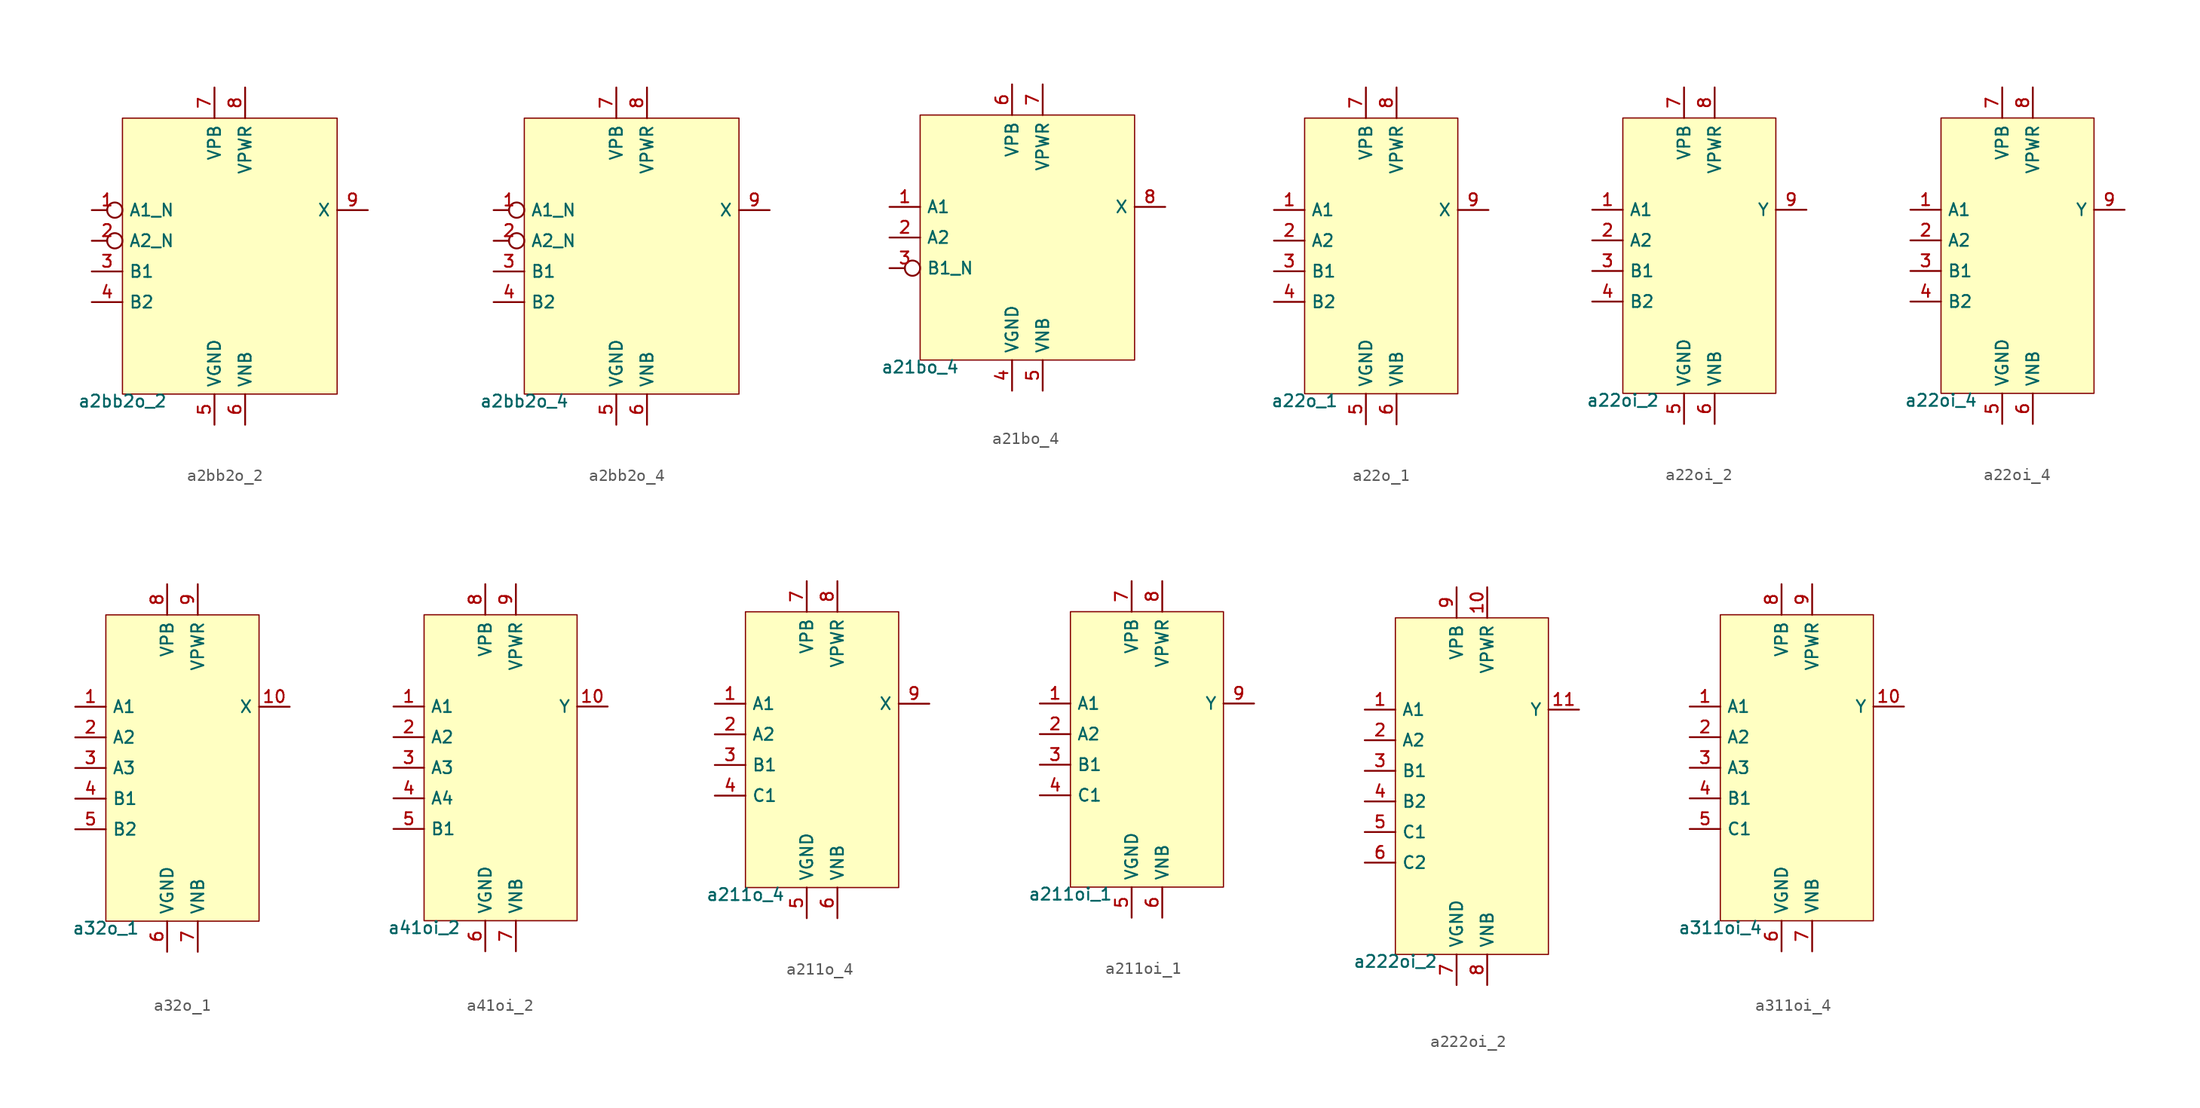
<source format=kicad_sym>
(kicad_symbol_lib
  (version 20211014)
  (generator pdk2kicad)
  (symbol "a2bb2o_2"
    (property "Reference" "X"
      (at 0 0 0)
      (effects (font (size 1 1)) hide))
    (property "Value" "a2bb2o_2"
      (at -8.89 -11.43 0)
      (effects (font (size 1 1)) (justify top)))
    (rectangle
      (start -8.89 -11.43)
      (end 8.89 11.43)
      (stroke (width 0.1) (type solid) (color 0 0 0 0))
      (fill (type background)))
    (pin input inverted
      (at -11.43 3.81 0)
      (length 2.54)
      (name "A1_N" (effects (font (size 1 1)) hide))
      (number "1" (effects (font (size 1 1)) hide)))
    (pin input inverted
      (at -11.43 1.27 0)
      (length 2.54)
      (name "A2_N" (effects (font (size 1 1)) hide))
      (number "2" (effects (font (size 1 1)) hide)))
    (pin input line
      (at -11.43 -1.27 0)
      (length 2.54)
      (name "B1" (effects (font (size 1 1)) hide))
      (number "3" (effects (font (size 1 1)) hide)))
    (pin input line
      (at -11.43 -3.81 0)
      (length 2.54)
      (name "B2" (effects (font (size 1 1)) hide))
      (number "4" (effects (font (size 1 1)) hide)))
    (pin power_in line
      (at -1.27 -13.97 90)
      (length 2.54)
      (name "VGND" (effects (font (size 1 1)) hide))
      (number "5" (effects (font (size 1 1)) hide)))
    (pin power_in line
      (at 1.27 -13.97 90)
      (length 2.54)
      (name "VNB" (effects (font (size 1 1)) hide))
      (number "6" (effects (font (size 1 1)) hide)))
    (pin power_in line
      (at -1.27 13.97 270)
      (length 2.54)
      (name "VPB" (effects (font (size 1 1)) hide))
      (number "7" (effects (font (size 1 1)) hide)))
    (pin power_in line
      (at 1.27 13.97 270)
      (length 2.54)
      (name "VPWR" (effects (font (size 1 1)) hide))
      (number "8" (effects (font (size 1 1)) hide)))
    (pin output line
      (at 11.43 3.81 180)
      (length 2.54)
      (name "X" (effects (font (size 1 1)) hide))
      (number "9" (effects (font (size 1 1)) hide))))
  (symbol "a2bb2o_4"
    (property "Reference" "X"
      (at 0 0 0)
      (effects (font (size 1 1)) hide))
    (property "Value" "a2bb2o_4"
      (at -8.89 -11.43 0)
      (effects (font (size 1 1)) (justify top)))
    (rectangle
      (start -8.89 -11.43)
      (end 8.89 11.43)
      (stroke (width 0.1) (type solid) (color 0 0 0 0))
      (fill (type background)))
    (pin input inverted
      (at -11.43 3.81 0)
      (length 2.54)
      (name "A1_N" (effects (font (size 1 1)) hide))
      (number "1" (effects (font (size 1 1)) hide)))
    (pin input inverted
      (at -11.43 1.27 0)
      (length 2.54)
      (name "A2_N" (effects (font (size 1 1)) hide))
      (number "2" (effects (font (size 1 1)) hide)))
    (pin input line
      (at -11.43 -1.27 0)
      (length 2.54)
      (name "B1" (effects (font (size 1 1)) hide))
      (number "3" (effects (font (size 1 1)) hide)))
    (pin input line
      (at -11.43 -3.81 0)
      (length 2.54)
      (name "B2" (effects (font (size 1 1)) hide))
      (number "4" (effects (font (size 1 1)) hide)))
    (pin power_in line
      (at -1.27 -13.97 90)
      (length 2.54)
      (name "VGND" (effects (font (size 1 1)) hide))
      (number "5" (effects (font (size 1 1)) hide)))
    (pin power_in line
      (at 1.27 -13.97 90)
      (length 2.54)
      (name "VNB" (effects (font (size 1 1)) hide))
      (number "6" (effects (font (size 1 1)) hide)))
    (pin power_in line
      (at -1.27 13.97 270)
      (length 2.54)
      (name "VPB" (effects (font (size 1 1)) hide))
      (number "7" (effects (font (size 1 1)) hide)))
    (pin power_in line
      (at 1.27 13.97 270)
      (length 2.54)
      (name "VPWR" (effects (font (size 1 1)) hide))
      (number "8" (effects (font (size 1 1)) hide)))
    (pin output line
      (at 11.43 3.81 180)
      (length 2.54)
      (name "X" (effects (font (size 1 1)) hide))
      (number "9" (effects (font (size 1 1)) hide))))
  (symbol "a21bo_4"
    (property "Reference" "X"
      (at 0 0 0)
      (effects (font (size 1 1)) hide))
    (property "Value" "a21bo_4"
      (at -8.89 -10.16 0)
      (effects (font (size 1 1)) (justify top)))
    (rectangle
      (start -8.89 -10.16)
      (end 8.89 10.16)
      (stroke (width 0.1) (type solid) (color 0 0 0 0))
      (fill (type background)))
    (pin input line
      (at -11.43 2.54 0)
      (length 2.54)
      (name "A1" (effects (font (size 1 1)) hide))
      (number "1" (effects (font (size 1 1)) hide)))
    (pin input line
      (at -11.43 0.0 0)
      (length 2.54)
      (name "A2" (effects (font (size 1 1)) hide))
      (number "2" (effects (font (size 1 1)) hide)))
    (pin input inverted
      (at -11.43 -2.54 0)
      (length 2.54)
      (name "B1_N" (effects (font (size 1 1)) hide))
      (number "3" (effects (font (size 1 1)) hide)))
    (pin power_in line
      (at -1.27 -12.7 90)
      (length 2.54)
      (name "VGND" (effects (font (size 1 1)) hide))
      (number "4" (effects (font (size 1 1)) hide)))
    (pin power_in line
      (at 1.27 -12.7 90)
      (length 2.54)
      (name "VNB" (effects (font (size 1 1)) hide))
      (number "5" (effects (font (size 1 1)) hide)))
    (pin power_in line
      (at -1.27 12.7 270)
      (length 2.54)
      (name "VPB" (effects (font (size 1 1)) hide))
      (number "6" (effects (font (size 1 1)) hide)))
    (pin power_in line
      (at 1.27 12.7 270)
      (length 2.54)
      (name "VPWR" (effects (font (size 1 1)) hide))
      (number "7" (effects (font (size 1 1)) hide)))
    (pin output line
      (at 11.43 2.54 180)
      (length 2.54)
      (name "X" (effects (font (size 1 1)) hide))
      (number "8" (effects (font (size 1 1)) hide))))
  (symbol "a22o_1"
    (property "Reference" "X"
      (at 0 0 0)
      (effects (font (size 1 1)) hide))
    (property "Value" "a22o_1"
      (at -6.35 -11.43 0)
      (effects (font (size 1 1)) (justify top)))
    (rectangle
      (start -6.35 -11.43)
      (end 6.35 11.43)
      (stroke (width 0.1) (type solid) (color 0 0 0 0))
      (fill (type background)))
    (pin input line
      (at -8.89 3.81 0)
      (length 2.54)
      (name "A1" (effects (font (size 1 1)) hide))
      (number "1" (effects (font (size 1 1)) hide)))
    (pin input line
      (at -8.89 1.27 0)
      (length 2.54)
      (name "A2" (effects (font (size 1 1)) hide))
      (number "2" (effects (font (size 1 1)) hide)))
    (pin input line
      (at -8.89 -1.27 0)
      (length 2.54)
      (name "B1" (effects (font (size 1 1)) hide))
      (number "3" (effects (font (size 1 1)) hide)))
    (pin input line
      (at -8.89 -3.81 0)
      (length 2.54)
      (name "B2" (effects (font (size 1 1)) hide))
      (number "4" (effects (font (size 1 1)) hide)))
    (pin power_in line
      (at -1.27 -13.97 90)
      (length 2.54)
      (name "VGND" (effects (font (size 1 1)) hide))
      (number "5" (effects (font (size 1 1)) hide)))
    (pin power_in line
      (at 1.27 -13.97 90)
      (length 2.54)
      (name "VNB" (effects (font (size 1 1)) hide))
      (number "6" (effects (font (size 1 1)) hide)))
    (pin power_in line
      (at -1.27 13.97 270)
      (length 2.54)
      (name "VPB" (effects (font (size 1 1)) hide))
      (number "7" (effects (font (size 1 1)) hide)))
    (pin power_in line
      (at 1.27 13.97 270)
      (length 2.54)
      (name "VPWR" (effects (font (size 1 1)) hide))
      (number "8" (effects (font (size 1 1)) hide)))
    (pin output line
      (at 8.89 3.81 180)
      (length 2.54)
      (name "X" (effects (font (size 1 1)) hide))
      (number "9" (effects (font (size 1 1)) hide))))
  (symbol "a22oi_2"
    (property "Reference" "X"
      (at 0 0 0)
      (effects (font (size 1 1)) hide))
    (property "Value" "a22oi_2"
      (at -6.35 -11.43 0)
      (effects (font (size 1 1)) (justify top)))
    (rectangle
      (start -6.35 -11.43)
      (end 6.35 11.43)
      (stroke (width 0.1) (type solid) (color 0 0 0 0))
      (fill (type background)))
    (pin input line
      (at -8.89 3.81 0)
      (length 2.54)
      (name "A1" (effects (font (size 1 1)) hide))
      (number "1" (effects (font (size 1 1)) hide)))
    (pin input line
      (at -8.89 1.27 0)
      (length 2.54)
      (name "A2" (effects (font (size 1 1)) hide))
      (number "2" (effects (font (size 1 1)) hide)))
    (pin input line
      (at -8.89 -1.27 0)
      (length 2.54)
      (name "B1" (effects (font (size 1 1)) hide))
      (number "3" (effects (font (size 1 1)) hide)))
    (pin input line
      (at -8.89 -3.81 0)
      (length 2.54)
      (name "B2" (effects (font (size 1 1)) hide))
      (number "4" (effects (font (size 1 1)) hide)))
    (pin power_in line
      (at -1.27 -13.97 90)
      (length 2.54)
      (name "VGND" (effects (font (size 1 1)) hide))
      (number "5" (effects (font (size 1 1)) hide)))
    (pin power_in line
      (at 1.27 -13.97 90)
      (length 2.54)
      (name "VNB" (effects (font (size 1 1)) hide))
      (number "6" (effects (font (size 1 1)) hide)))
    (pin power_in line
      (at -1.27 13.97 270)
      (length 2.54)
      (name "VPB" (effects (font (size 1 1)) hide))
      (number "7" (effects (font (size 1 1)) hide)))
    (pin power_in line
      (at 1.27 13.97 270)
      (length 2.54)
      (name "VPWR" (effects (font (size 1 1)) hide))
      (number "8" (effects (font (size 1 1)) hide)))
    (pin output line
      (at 8.89 3.81 180)
      (length 2.54)
      (name "Y" (effects (font (size 1 1)) hide))
      (number "9" (effects (font (size 1 1)) hide))))
  (symbol "a22oi_4"
    (property "Reference" "X"
      (at 0 0 0)
      (effects (font (size 1 1)) hide))
    (property "Value" "a22oi_4"
      (at -6.35 -11.43 0)
      (effects (font (size 1 1)) (justify top)))
    (rectangle
      (start -6.35 -11.43)
      (end 6.35 11.43)
      (stroke (width 0.1) (type solid) (color 0 0 0 0))
      (fill (type background)))
    (pin input line
      (at -8.89 3.81 0)
      (length 2.54)
      (name "A1" (effects (font (size 1 1)) hide))
      (number "1" (effects (font (size 1 1)) hide)))
    (pin input line
      (at -8.89 1.27 0)
      (length 2.54)
      (name "A2" (effects (font (size 1 1)) hide))
      (number "2" (effects (font (size 1 1)) hide)))
    (pin input line
      (at -8.89 -1.27 0)
      (length 2.54)
      (name "B1" (effects (font (size 1 1)) hide))
      (number "3" (effects (font (size 1 1)) hide)))
    (pin input line
      (at -8.89 -3.81 0)
      (length 2.54)
      (name "B2" (effects (font (size 1 1)) hide))
      (number "4" (effects (font (size 1 1)) hide)))
    (pin power_in line
      (at -1.27 -13.97 90)
      (length 2.54)
      (name "VGND" (effects (font (size 1 1)) hide))
      (number "5" (effects (font (size 1 1)) hide)))
    (pin power_in line
      (at 1.27 -13.97 90)
      (length 2.54)
      (name "VNB" (effects (font (size 1 1)) hide))
      (number "6" (effects (font (size 1 1)) hide)))
    (pin power_in line
      (at -1.27 13.97 270)
      (length 2.54)
      (name "VPB" (effects (font (size 1 1)) hide))
      (number "7" (effects (font (size 1 1)) hide)))
    (pin power_in line
      (at 1.27 13.97 270)
      (length 2.54)
      (name "VPWR" (effects (font (size 1 1)) hide))
      (number "8" (effects (font (size 1 1)) hide)))
    (pin output line
      (at 8.89 3.81 180)
      (length 2.54)
      (name "Y" (effects (font (size 1 1)) hide))
      (number "9" (effects (font (size 1 1)) hide))))
  (symbol "a32o_1"
    (property "Reference" "X"
      (at 0 0 0)
      (effects (font (size 1 1)) hide))
    (property "Value" "a32o_1"
      (at -6.35 -12.7 0)
      (effects (font (size 1 1)) (justify top)))
    (rectangle
      (start -6.35 -12.7)
      (end 6.35 12.7)
      (stroke (width 0.1) (type solid) (color 0 0 0 0))
      (fill (type background)))
    (pin input line
      (at -8.89 5.08 0)
      (length 2.54)
      (name "A1" (effects (font (size 1 1)) hide))
      (number "1" (effects (font (size 1 1)) hide)))
    (pin input line
      (at -8.89 2.54 0)
      (length 2.54)
      (name "A2" (effects (font (size 1 1)) hide))
      (number "2" (effects (font (size 1 1)) hide)))
    (pin input line
      (at -8.89 -8.881784197001252e-16 0)
      (length 2.54)
      (name "A3" (effects (font (size 1 1)) hide))
      (number "3" (effects (font (size 1 1)) hide)))
    (pin input line
      (at -8.89 -2.54 0)
      (length 2.54)
      (name "B1" (effects (font (size 1 1)) hide))
      (number "4" (effects (font (size 1 1)) hide)))
    (pin input line
      (at -8.89 -5.08 0)
      (length 2.54)
      (name "B2" (effects (font (size 1 1)) hide))
      (number "5" (effects (font (size 1 1)) hide)))
    (pin power_in line
      (at -1.27 -15.24 90)
      (length 2.54)
      (name "VGND" (effects (font (size 1 1)) hide))
      (number "6" (effects (font (size 1 1)) hide)))
    (pin power_in line
      (at 1.27 -15.24 90)
      (length 2.54)
      (name "VNB" (effects (font (size 1 1)) hide))
      (number "7" (effects (font (size 1 1)) hide)))
    (pin power_in line
      (at -1.27 15.24 270)
      (length 2.54)
      (name "VPB" (effects (font (size 1 1)) hide))
      (number "8" (effects (font (size 1 1)) hide)))
    (pin power_in line
      (at 1.27 15.24 270)
      (length 2.54)
      (name "VPWR" (effects (font (size 1 1)) hide))
      (number "9" (effects (font (size 1 1)) hide)))
    (pin output line
      (at 8.89 5.08 180)
      (length 2.54)
      (name "X" (effects (font (size 1 1)) hide))
      (number "10" (effects (font (size 1 1)) hide))))
  (symbol "a41oi_2"
    (property "Reference" "X"
      (at 0 0 0)
      (effects (font (size 1 1)) hide))
    (property "Value" "a41oi_2"
      (at -6.35 -12.7 0)
      (effects (font (size 1 1)) (justify top)))
    (rectangle
      (start -6.35 -12.7)
      (end 6.35 12.7)
      (stroke (width 0.1) (type solid) (color 0 0 0 0))
      (fill (type background)))
    (pin input line
      (at -8.89 5.08 0)
      (length 2.54)
      (name "A1" (effects (font (size 1 1)) hide))
      (number "1" (effects (font (size 1 1)) hide)))
    (pin input line
      (at -8.89 2.54 0)
      (length 2.54)
      (name "A2" (effects (font (size 1 1)) hide))
      (number "2" (effects (font (size 1 1)) hide)))
    (pin input line
      (at -8.89 -8.881784197001252e-16 0)
      (length 2.54)
      (name "A3" (effects (font (size 1 1)) hide))
      (number "3" (effects (font (size 1 1)) hide)))
    (pin input line
      (at -8.89 -2.54 0)
      (length 2.54)
      (name "A4" (effects (font (size 1 1)) hide))
      (number "4" (effects (font (size 1 1)) hide)))
    (pin input line
      (at -8.89 -5.08 0)
      (length 2.54)
      (name "B1" (effects (font (size 1 1)) hide))
      (number "5" (effects (font (size 1 1)) hide)))
    (pin power_in line
      (at -1.27 -15.24 90)
      (length 2.54)
      (name "VGND" (effects (font (size 1 1)) hide))
      (number "6" (effects (font (size 1 1)) hide)))
    (pin power_in line
      (at 1.27 -15.24 90)
      (length 2.54)
      (name "VNB" (effects (font (size 1 1)) hide))
      (number "7" (effects (font (size 1 1)) hide)))
    (pin power_in line
      (at -1.27 15.24 270)
      (length 2.54)
      (name "VPB" (effects (font (size 1 1)) hide))
      (number "8" (effects (font (size 1 1)) hide)))
    (pin power_in line
      (at 1.27 15.24 270)
      (length 2.54)
      (name "VPWR" (effects (font (size 1 1)) hide))
      (number "9" (effects (font (size 1 1)) hide)))
    (pin output line
      (at 8.89 5.08 180)
      (length 2.54)
      (name "Y" (effects (font (size 1 1)) hide))
      (number "10" (effects (font (size 1 1)) hide))))
  (symbol "a211o_4"
    (property "Reference" "X"
      (at 0 0 0)
      (effects (font (size 1 1)) hide))
    (property "Value" "a211o_4"
      (at -6.35 -11.43 0)
      (effects (font (size 1 1)) (justify top)))
    (rectangle
      (start -6.35 -11.43)
      (end 6.35 11.43)
      (stroke (width 0.1) (type solid) (color 0 0 0 0))
      (fill (type background)))
    (pin input line
      (at -8.89 3.81 0)
      (length 2.54)
      (name "A1" (effects (font (size 1 1)) hide))
      (number "1" (effects (font (size 1 1)) hide)))
    (pin input line
      (at -8.89 1.27 0)
      (length 2.54)
      (name "A2" (effects (font (size 1 1)) hide))
      (number "2" (effects (font (size 1 1)) hide)))
    (pin input line
      (at -8.89 -1.27 0)
      (length 2.54)
      (name "B1" (effects (font (size 1 1)) hide))
      (number "3" (effects (font (size 1 1)) hide)))
    (pin input line
      (at -8.89 -3.81 0)
      (length 2.54)
      (name "C1" (effects (font (size 1 1)) hide))
      (number "4" (effects (font (size 1 1)) hide)))
    (pin power_in line
      (at -1.27 -13.97 90)
      (length 2.54)
      (name "VGND" (effects (font (size 1 1)) hide))
      (number "5" (effects (font (size 1 1)) hide)))
    (pin power_in line
      (at 1.27 -13.97 90)
      (length 2.54)
      (name "VNB" (effects (font (size 1 1)) hide))
      (number "6" (effects (font (size 1 1)) hide)))
    (pin power_in line
      (at -1.27 13.97 270)
      (length 2.54)
      (name "VPB" (effects (font (size 1 1)) hide))
      (number "7" (effects (font (size 1 1)) hide)))
    (pin power_in line
      (at 1.27 13.97 270)
      (length 2.54)
      (name "VPWR" (effects (font (size 1 1)) hide))
      (number "8" (effects (font (size 1 1)) hide)))
    (pin output line
      (at 8.89 3.81 180)
      (length 2.54)
      (name "X" (effects (font (size 1 1)) hide))
      (number "9" (effects (font (size 1 1)) hide))))
  (symbol "a211oi_1"
    (property "Reference" "X"
      (at 0 0 0)
      (effects (font (size 1 1)) hide))
    (property "Value" "a211oi_1"
      (at -6.35 -11.43 0)
      (effects (font (size 1 1)) (justify top)))
    (rectangle
      (start -6.35 -11.43)
      (end 6.35 11.43)
      (stroke (width 0.1) (type solid) (color 0 0 0 0))
      (fill (type background)))
    (pin input line
      (at -8.89 3.81 0)
      (length 2.54)
      (name "A1" (effects (font (size 1 1)) hide))
      (number "1" (effects (font (size 1 1)) hide)))
    (pin input line
      (at -8.89 1.27 0)
      (length 2.54)
      (name "A2" (effects (font (size 1 1)) hide))
      (number "2" (effects (font (size 1 1)) hide)))
    (pin input line
      (at -8.89 -1.27 0)
      (length 2.54)
      (name "B1" (effects (font (size 1 1)) hide))
      (number "3" (effects (font (size 1 1)) hide)))
    (pin input line
      (at -8.89 -3.81 0)
      (length 2.54)
      (name "C1" (effects (font (size 1 1)) hide))
      (number "4" (effects (font (size 1 1)) hide)))
    (pin power_in line
      (at -1.27 -13.97 90)
      (length 2.54)
      (name "VGND" (effects (font (size 1 1)) hide))
      (number "5" (effects (font (size 1 1)) hide)))
    (pin power_in line
      (at 1.27 -13.97 90)
      (length 2.54)
      (name "VNB" (effects (font (size 1 1)) hide))
      (number "6" (effects (font (size 1 1)) hide)))
    (pin power_in line
      (at -1.27 13.97 270)
      (length 2.54)
      (name "VPB" (effects (font (size 1 1)) hide))
      (number "7" (effects (font (size 1 1)) hide)))
    (pin power_in line
      (at 1.27 13.97 270)
      (length 2.54)
      (name "VPWR" (effects (font (size 1 1)) hide))
      (number "8" (effects (font (size 1 1)) hide)))
    (pin output line
      (at 8.89 3.81 180)
      (length 2.54)
      (name "Y" (effects (font (size 1 1)) hide))
      (number "9" (effects (font (size 1 1)) hide))))
  (symbol "a222oi_2"
    (property "Reference" "X"
      (at 0 0 0)
      (effects (font (size 1 1)) hide))
    (property "Value" "a222oi_2"
      (at -6.35 -13.97 0)
      (effects (font (size 1 1)) (justify top)))
    (rectangle
      (start -6.35 -13.97)
      (end 6.35 13.97)
      (stroke (width 0.1) (type solid) (color 0 0 0 0))
      (fill (type background)))
    (pin input line
      (at -8.89 6.35 0)
      (length 2.54)
      (name "A1" (effects (font (size 1 1)) hide))
      (number "1" (effects (font (size 1 1)) hide)))
    (pin input line
      (at -8.89 3.81 0)
      (length 2.54)
      (name "A2" (effects (font (size 1 1)) hide))
      (number "2" (effects (font (size 1 1)) hide)))
    (pin input line
      (at -8.89 1.27 0)
      (length 2.54)
      (name "B1" (effects (font (size 1 1)) hide))
      (number "3" (effects (font (size 1 1)) hide)))
    (pin input line
      (at -8.89 -1.27 0)
      (length 2.54)
      (name "B2" (effects (font (size 1 1)) hide))
      (number "4" (effects (font (size 1 1)) hide)))
    (pin input line
      (at -8.89 -3.81 0)
      (length 2.54)
      (name "C1" (effects (font (size 1 1)) hide))
      (number "5" (effects (font (size 1 1)) hide)))
    (pin input line
      (at -8.89 -6.35 0)
      (length 2.54)
      (name "C2" (effects (font (size 1 1)) hide))
      (number "6" (effects (font (size 1 1)) hide)))
    (pin power_in line
      (at -1.27 -16.51 90)
      (length 2.54)
      (name "VGND" (effects (font (size 1 1)) hide))
      (number "7" (effects (font (size 1 1)) hide)))
    (pin power_in line
      (at 1.27 -16.51 90)
      (length 2.54)
      (name "VNB" (effects (font (size 1 1)) hide))
      (number "8" (effects (font (size 1 1)) hide)))
    (pin power_in line
      (at -1.27 16.51 270)
      (length 2.54)
      (name "VPB" (effects (font (size 1 1)) hide))
      (number "9" (effects (font (size 1 1)) hide)))
    (pin power_in line
      (at 1.27 16.51 270)
      (length 2.54)
      (name "VPWR" (effects (font (size 1 1)) hide))
      (number "10" (effects (font (size 1 1)) hide)))
    (pin output line
      (at 8.89 6.35 180)
      (length 2.54)
      (name "Y" (effects (font (size 1 1)) hide))
      (number "11" (effects (font (size 1 1)) hide))))
  (symbol "a311oi_4"
    (property "Reference" "X"
      (at 0 0 0)
      (effects (font (size 1 1)) hide))
    (property "Value" "a311oi_4"
      (at -6.35 -12.7 0)
      (effects (font (size 1 1)) (justify top)))
    (rectangle
      (start -6.35 -12.7)
      (end 6.35 12.7)
      (stroke (width 0.1) (type solid) (color 0 0 0 0))
      (fill (type background)))
    (pin input line
      (at -8.89 5.08 0)
      (length 2.54)
      (name "A1" (effects (font (size 1 1)) hide))
      (number "1" (effects (font (size 1 1)) hide)))
    (pin input line
      (at -8.89 2.54 0)
      (length 2.54)
      (name "A2" (effects (font (size 1 1)) hide))
      (number "2" (effects (font (size 1 1)) hide)))
    (pin input line
      (at -8.89 -8.881784197001252e-16 0)
      (length 2.54)
      (name "A3" (effects (font (size 1 1)) hide))
      (number "3" (effects (font (size 1 1)) hide)))
    (pin input line
      (at -8.89 -2.54 0)
      (length 2.54)
      (name "B1" (effects (font (size 1 1)) hide))
      (number "4" (effects (font (size 1 1)) hide)))
    (pin input line
      (at -8.89 -5.08 0)
      (length 2.54)
      (name "C1" (effects (font (size 1 1)) hide))
      (number "5" (effects (font (size 1 1)) hide)))
    (pin power_in line
      (at -1.27 -15.24 90)
      (length 2.54)
      (name "VGND" (effects (font (size 1 1)) hide))
      (number "6" (effects (font (size 1 1)) hide)))
    (pin power_in line
      (at 1.27 -15.24 90)
      (length 2.54)
      (name "VNB" (effects (font (size 1 1)) hide))
      (number "7" (effects (font (size 1 1)) hide)))
    (pin power_in line
      (at -1.27 15.24 270)
      (length 2.54)
      (name "VPB" (effects (font (size 1 1)) hide))
      (number "8" (effects (font (size 1 1)) hide)))
    (pin power_in line
      (at 1.27 15.24 270)
      (length 2.54)
      (name "VPWR" (effects (font (size 1 1)) hide))
      (number "9" (effects (font (size 1 1)) hide)))
    (pin output line
      (at 8.89 5.08 180)
      (length 2.54)
      (name "Y" (effects (font (size 1 1)) hide))
      (number "10" (effects (font (size 1 1)) hide)))))
</source>
